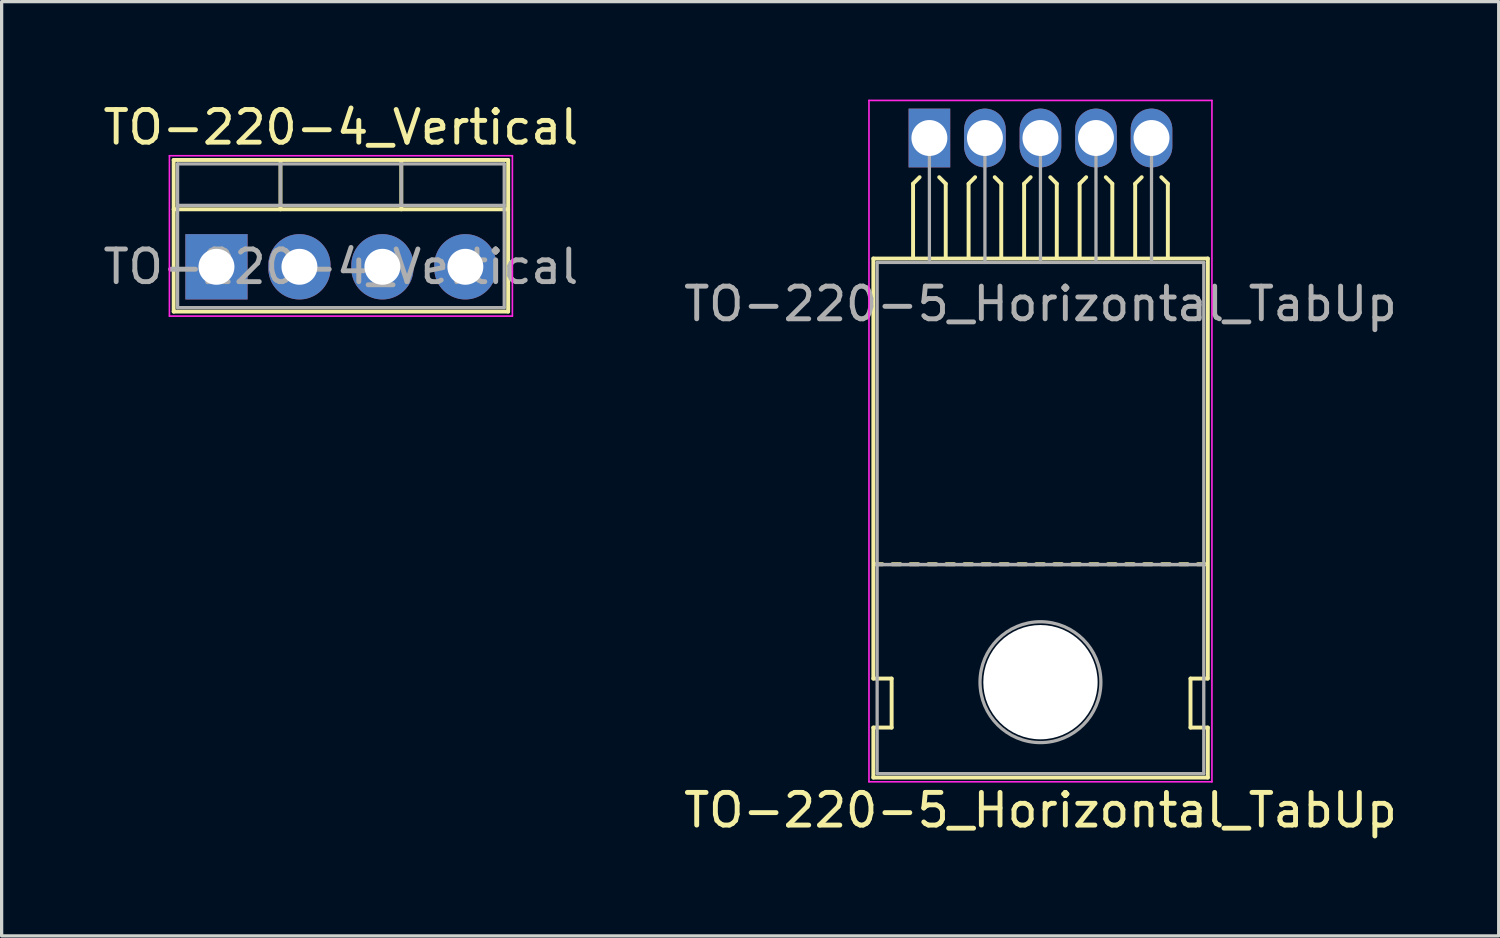
<source format=kicad_pcb>
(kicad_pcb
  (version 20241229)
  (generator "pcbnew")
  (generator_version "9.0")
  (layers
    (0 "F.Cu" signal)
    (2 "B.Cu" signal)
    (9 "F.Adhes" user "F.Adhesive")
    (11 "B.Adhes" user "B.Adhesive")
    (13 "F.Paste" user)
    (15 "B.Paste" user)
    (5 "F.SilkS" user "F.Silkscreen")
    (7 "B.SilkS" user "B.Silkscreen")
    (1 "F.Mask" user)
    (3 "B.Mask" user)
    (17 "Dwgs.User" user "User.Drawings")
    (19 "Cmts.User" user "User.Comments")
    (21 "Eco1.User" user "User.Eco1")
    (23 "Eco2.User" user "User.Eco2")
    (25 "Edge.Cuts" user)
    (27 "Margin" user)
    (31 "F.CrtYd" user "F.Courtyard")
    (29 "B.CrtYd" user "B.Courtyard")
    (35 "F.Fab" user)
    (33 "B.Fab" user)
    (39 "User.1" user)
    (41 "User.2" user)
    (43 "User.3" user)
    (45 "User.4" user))
  (footprint "TO-220-4_Vertical"
    (layer "F.Cu")
    (at 3.577 5.118)
    (property "Reference" "TO-220-4_Vertical" (at 3.81 -4.27 0) (layer "F.SilkS") (effects (font (size 1 1) (thickness 0.15))))
    (attr through_hole)
    (fp_line (start -1.31 -3.27) (end -1.31 1.371) (stroke (width 0.12) (type solid)) (layer "F.SilkS"))
    (fp_line (start -1.31 -3.27) (end 8.93 -3.27) (stroke (width 0.12) (type solid)) (layer "F.SilkS"))
    (fp_line (start -1.31 -1.76) (end 8.93 -1.76) (stroke (width 0.12) (type solid)) (layer "F.SilkS"))
    (fp_line (start -1.31 1.371) (end 8.93 1.371) (stroke (width 0.12) (type solid)) (layer "F.SilkS"))
    (fp_line (start 1.96 -3.27) (end 1.96 -1.76) (stroke (width 0.12) (type solid)) (layer "F.SilkS"))
    (fp_line (start 5.66 -3.27) (end 5.66 -1.76) (stroke (width 0.12) (type solid)) (layer "F.SilkS"))
    (fp_line (start 8.93 -3.27) (end 8.93 1.371) (stroke (width 0.12) (type solid)) (layer "F.SilkS"))
    (fp_line (start -1.44 -3.4) (end -1.44 1.51) (stroke (width 0.05) (type solid)) (layer "F.CrtYd"))
    (fp_line (start -1.44 1.51) (end 9.06 1.51) (stroke (width 0.05) (type solid)) (layer "F.CrtYd"))
    (fp_line (start 9.06 -3.4) (end -1.44 -3.4) (stroke (width 0.05) (type solid)) (layer "F.CrtYd"))
    (fp_line (start 9.06 1.51) (end 9.06 -3.4) (stroke (width 0.05) (type solid)) (layer "F.CrtYd"))
    (fp_line (start -1.19 -3.15) (end -1.19 1.25) (stroke (width 0.1) (type solid)) (layer "F.Fab"))
    (fp_line (start -1.19 -1.88) (end 8.81 -1.88) (stroke (width 0.1) (type solid)) (layer "F.Fab"))
    (fp_line (start -1.19 1.25) (end 8.81 1.25) (stroke (width 0.1) (type solid)) (layer "F.Fab"))
    (fp_line (start 1.96 -3.15) (end 1.96 -1.88) (stroke (width 0.1) (type solid)) (layer "F.Fab"))
    (fp_line (start 5.66 -3.15) (end 5.66 -1.88) (stroke (width 0.1) (type solid)) (layer "F.Fab"))
    (fp_line (start 8.81 -3.15) (end -1.19 -3.15) (stroke (width 0.1) (type solid)) (layer "F.Fab"))
    (fp_line (start 8.81 1.25) (end 8.81 -3.15) (stroke (width 0.1) (type solid)) (layer "F.Fab"))
    (fp_text user "${REFERENCE}" (at 3.81 0 0) (layer "F.Fab") (effects (font (size 1 1) (thickness 0.15))))
    (pad "1" thru_hole rect (at 0 0) (size 1.905 2) (drill 1.1) (layers "*.Cu" "*.Mask"))
    (pad "2" thru_hole oval (at 2.54 0) (size 1.905 2) (drill 1.1) (layers "*.Cu" "*.Mask"))
    (pad "3" thru_hole oval (at 5.08 0) (size 1.905 2) (drill 1.1) (layers "*.Cu" "*.Mask"))
    (pad "4" thru_hole oval (at 7.62 0) (size 1.905 2) (drill 1.1) (layers "*.Cu" "*.Mask")))
  (footprint "TO-220-5_Horizontal_TabUp"
    (layer "F.Cu")
    (at 25.404 1.175)
    (property "Reference" "TO-220-5_Horizontal_TabUp" (at 3.4 20.58 0) (layer "F.SilkS") (effects (font (size 1 1) (thickness 0.15))))
    (attr through_hole)
    (fp_line (start -1.716 16.55) (end -1.716 3.69) (stroke (width 0.12) (type solid)) (layer "F.SilkS"))
    (fp_line (start -1.716 16.55) (end -1.156 16.55) (stroke (width 0.12) (type solid)) (layer "F.SilkS"))
    (fp_line (start -1.716 19.58) (end -1.716 18.05) (stroke (width 0.12) (type solid)) (layer "F.SilkS"))
    (fp_line (start -1.436 13.05) (end -1.686 13.05) (stroke (width 0.12) (type solid)) (layer "F.SilkS"))
    (fp_line (start -1.156 16.55) (end -1.156 18.05) (stroke (width 0.12) (type solid)) (layer "F.SilkS"))
    (fp_line (start -1.156 18.05) (end -1.716 18.05) (stroke (width 0.12) (type solid)) (layer "F.SilkS"))
    (fp_line (start -0.886 13.05) (end -1.136 13.05) (stroke (width 0.12) (type solid)) (layer "F.SilkS"))
    (fp_line (start -0.5 1.4) (end -0.3 1.2) (stroke (width 0.12) (type solid)) (layer "F.SilkS"))
    (fp_line (start -0.5 3.65) (end -0.5 1.4) (stroke (width 0.12) (type solid)) (layer "F.SilkS"))
    (fp_line (start -0.336 13.05) (end -0.586 13.05) (stroke (width 0.12) (type solid)) (layer "F.SilkS"))
    (fp_line (start 0.214 13.05) (end -0.036 13.05) (stroke (width 0.12) (type solid)) (layer "F.SilkS"))
    (fp_line (start 0.5 1.4) (end 0.3 1.2) (stroke (width 0.12) (type solid)) (layer "F.SilkS"))
    (fp_line (start 0.5 3.65) (end 0.5 1.4) (stroke (width 0.12) (type solid)) (layer "F.SilkS"))
    (fp_line (start 0.764 13.05) (end 0.514 13.05) (stroke (width 0.12) (type solid)) (layer "F.SilkS"))
    (fp_line (start 1.2 1.4) (end 1.4 1.2) (stroke (width 0.12) (type solid)) (layer "F.SilkS"))
    (fp_line (start 1.2 3.65) (end 1.2 1.4) (stroke (width 0.12) (type solid)) (layer "F.SilkS"))
    (fp_line (start 1.314 13.05) (end 1.064 13.05) (stroke (width 0.12) (type solid)) (layer "F.SilkS"))
    (fp_line (start 1.864 13.05) (end 1.614 13.05) (stroke (width 0.12) (type solid)) (layer "F.SilkS"))
    (fp_line (start 2.2 1.4) (end 2 1.2) (stroke (width 0.12) (type solid)) (layer "F.SilkS"))
    (fp_line (start 2.2 3.65) (end 2.2 1.4) (stroke (width 0.12) (type solid)) (layer "F.SilkS"))
    (fp_line (start 2.414 13.05) (end 2.164 13.05) (stroke (width 0.12) (type solid)) (layer "F.SilkS"))
    (fp_line (start 2.9 1.4) (end 3.1 1.2) (stroke (width 0.12) (type solid)) (layer "F.SilkS"))
    (fp_line (start 2.9 3.65) (end 2.9 1.4) (stroke (width 0.12) (type solid)) (layer "F.SilkS"))
    (fp_line (start 2.964 13.05) (end 2.714 13.05) (stroke (width 0.12) (type solid)) (layer "F.SilkS"))
    (fp_line (start 3.514 13.05) (end 3.264 13.05) (stroke (width 0.12) (type solid)) (layer "F.SilkS"))
    (fp_line (start 3.9 1.4) (end 3.7 1.2) (stroke (width 0.12) (type solid)) (layer "F.SilkS"))
    (fp_line (start 3.9 3.65) (end 3.9 1.4) (stroke (width 0.12) (type solid)) (layer "F.SilkS"))
    (fp_line (start 4.064 13.05) (end 3.814 13.05) (stroke (width 0.12) (type solid)) (layer "F.SilkS"))
    (fp_line (start 4.6 1.4) (end 4.8 1.2) (stroke (width 0.12) (type solid)) (layer "F.SilkS"))
    (fp_line (start 4.6 3.65) (end 4.6 1.4) (stroke (width 0.12) (type solid)) (layer "F.SilkS"))
    (fp_line (start 4.614 13.05) (end 4.364 13.05) (stroke (width 0.12) (type solid)) (layer "F.SilkS"))
    (fp_line (start 5.164 13.05) (end 4.914 13.05) (stroke (width 0.12) (type solid)) (layer "F.SilkS"))
    (fp_line (start 5.6 1.4) (end 5.4 1.2) (stroke (width 0.12) (type solid)) (layer "F.SilkS"))
    (fp_line (start 5.6 3.65) (end 5.6 1.4) (stroke (width 0.12) (type solid)) (layer "F.SilkS"))
    (fp_line (start 5.714 13.05) (end 5.464 13.05) (stroke (width 0.12) (type solid)) (layer "F.SilkS"))
    (fp_line (start 6.264 13.05) (end 6.014 13.05) (stroke (width 0.12) (type solid)) (layer "F.SilkS"))
    (fp_line (start 6.3 1.4) (end 6.5 1.2) (stroke (width 0.12) (type solid)) (layer "F.SilkS"))
    (fp_line (start 6.3 3.65) (end 6.3 1.4) (stroke (width 0.12) (type solid)) (layer "F.SilkS"))
    (fp_line (start 6.814 13.05) (end 6.564 13.05) (stroke (width 0.12) (type solid)) (layer "F.SilkS"))
    (fp_line (start 7.3 1.4) (end 7.1 1.2) (stroke (width 0.12) (type solid)) (layer "F.SilkS"))
    (fp_line (start 7.3 3.65) (end 7.3 1.4) (stroke (width 0.12) (type solid)) (layer "F.SilkS"))
    (fp_line (start 7.364 13.05) (end 7.114 13.05) (stroke (width 0.12) (type solid)) (layer "F.SilkS"))
    (fp_line (start 7.914 13.05) (end 7.664 13.05) (stroke (width 0.12) (type solid)) (layer "F.SilkS"))
    (fp_line (start 7.994 16.55) (end 8.519 16.55) (stroke (width 0.12) (type solid)) (layer "F.SilkS"))
    (fp_line (start 7.994 18.05) (end 7.994 16.55) (stroke (width 0.12) (type solid)) (layer "F.SilkS"))
    (fp_line (start 8.464 13.05) (end 8.214 13.05) (stroke (width 0.12) (type solid)) (layer "F.SilkS"))
    (fp_line (start 8.524 3.69) (end -1.716 3.69) (stroke (width 0.12) (type solid)) (layer "F.SilkS"))
    (fp_line (start 8.524 16.55) (end 8.524 3.69) (stroke (width 0.12) (type solid)) (layer "F.SilkS"))
    (fp_line (start 8.524 18.05) (end 7.994 18.05) (stroke (width 0.12) (type solid)) (layer "F.SilkS"))
    (fp_line (start 8.524 19.58) (end -1.716 19.58) (stroke (width 0.12) (type solid)) (layer "F.SilkS"))
    (fp_line (start 8.524 19.58) (end 8.524 18.05) (stroke (width 0.12) (type solid)) (layer "F.SilkS"))
    (fp_line (start -1.85 -1.15) (end -1.85 19.71) (stroke (width 0.05) (type solid)) (layer "F.CrtYd"))
    (fp_line (start -1.85 19.71) (end 8.65 19.71) (stroke (width 0.05) (type solid)) (layer "F.CrtYd"))
    (fp_line (start 8.65 -1.15) (end -1.85 -1.15) (stroke (width 0.05) (type solid)) (layer "F.CrtYd"))
    (fp_line (start 8.65 19.71) (end 8.65 -1.15) (stroke (width 0.05) (type solid)) (layer "F.CrtYd"))
    (fp_line (start -1.6 3.81) (end -1.6 13.06) (stroke (width 0.1) (type solid)) (layer "F.Fab"))
    (fp_line (start -1.6 13.06) (end -1.6 19.46) (stroke (width 0.1) (type solid)) (layer "F.Fab"))
    (fp_line (start -1.6 13.06) (end 8.4 13.06) (stroke (width 0.1) (type solid)) (layer "F.Fab"))
    (fp_line (start -1.6 19.46) (end 8.4 19.46) (stroke (width 0.1) (type solid)) (layer "F.Fab"))
    (fp_line (start 0 3.81) (end 0 0) (stroke (width 0.1) (type solid)) (layer "F.Fab"))
    (fp_line (start 1.7 3.81) (end 1.7 0) (stroke (width 0.1) (type solid)) (layer "F.Fab"))
    (fp_line (start 3.4 3.81) (end 3.4 0) (stroke (width 0.1) (type solid)) (layer "F.Fab"))
    (fp_line (start 5.1 3.81) (end 5.1 0) (stroke (width 0.1) (type solid)) (layer "F.Fab"))
    (fp_line (start 6.8 3.81) (end 6.8 0) (stroke (width 0.1) (type solid)) (layer "F.Fab"))
    (fp_line (start 8.4 3.81) (end -1.6 3.81) (stroke (width 0.1) (type solid)) (layer "F.Fab"))
    (fp_line (start 8.4 13.06) (end -1.6 13.06) (stroke (width 0.1) (type solid)) (layer "F.Fab"))
    (fp_line (start 8.4 13.06) (end 8.4 3.81) (stroke (width 0.1) (type solid)) (layer "F.Fab"))
    (fp_line (start 8.4 19.46) (end 8.4 13.06) (stroke (width 0.1) (type solid)) (layer "F.Fab"))
    (fp_circle (center 3.4 16.66) (end 5.25 16.66) (stroke (width 0.1) (type solid)) (fill no) (layer "F.Fab"))
    (fp_text user "${REFERENCE}" (at 3.4 5.08 0) (layer "F.Fab") (effects (font (size 1 1) (thickness 0.15))))
    (pad "" np_thru_hole oval (at 3.4 16.66) (size 3.5 3.5) (drill 3.5) (layers "*.Cu" "*.Mask"))
    (pad "1" thru_hole rect (at 0 0) (size 1.275 1.8) (drill 1.1) (layers "*.Cu" "*.Mask"))
    (pad "2" thru_hole oval (at 1.7 0) (size 1.275 1.8) (drill 1.1) (layers "*.Cu" "*.Mask"))
    (pad "3" thru_hole oval (at 3.4 0) (size 1.275 1.8) (drill 1.1) (layers "*.Cu" "*.Mask"))
    (pad "4" thru_hole oval (at 5.1 0) (size 1.275 1.8) (drill 1.1) (layers "*.Cu" "*.Mask"))
    (pad "5" thru_hole oval (at 6.8 0) (size 1.275 1.8) (drill 1.1) (layers "*.Cu" "*.Mask")))
  (gr_rect
    (start -3 -3)
    (end 42.833 25.603)
    (stroke (width 0.1) (type default))
    (fill no)
    (layer "Edge.Cuts")))
</source>
